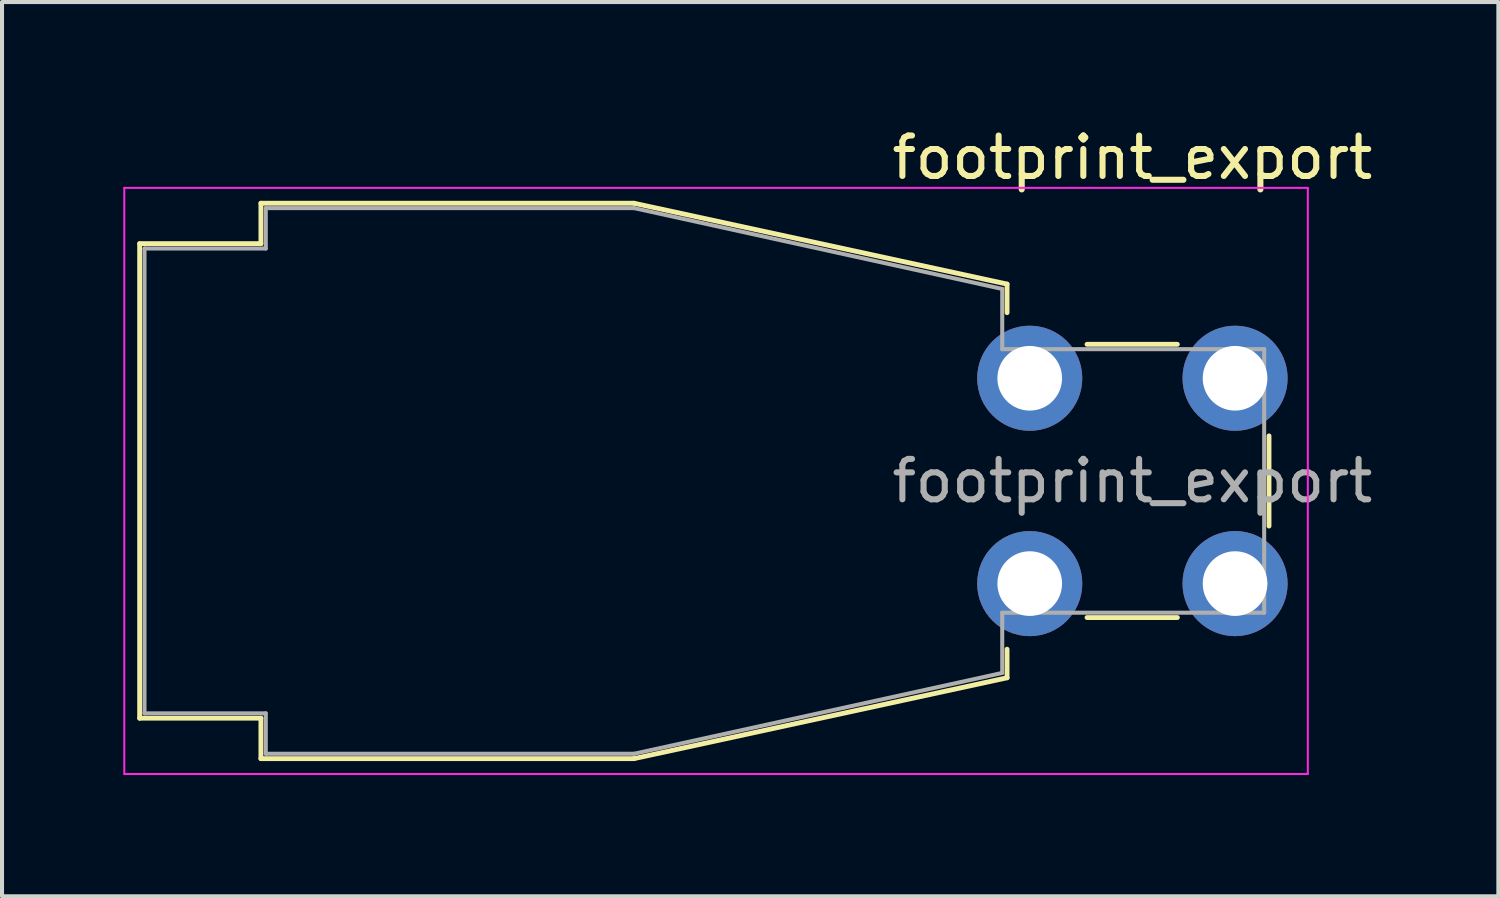
<source format=kicad_pcb>
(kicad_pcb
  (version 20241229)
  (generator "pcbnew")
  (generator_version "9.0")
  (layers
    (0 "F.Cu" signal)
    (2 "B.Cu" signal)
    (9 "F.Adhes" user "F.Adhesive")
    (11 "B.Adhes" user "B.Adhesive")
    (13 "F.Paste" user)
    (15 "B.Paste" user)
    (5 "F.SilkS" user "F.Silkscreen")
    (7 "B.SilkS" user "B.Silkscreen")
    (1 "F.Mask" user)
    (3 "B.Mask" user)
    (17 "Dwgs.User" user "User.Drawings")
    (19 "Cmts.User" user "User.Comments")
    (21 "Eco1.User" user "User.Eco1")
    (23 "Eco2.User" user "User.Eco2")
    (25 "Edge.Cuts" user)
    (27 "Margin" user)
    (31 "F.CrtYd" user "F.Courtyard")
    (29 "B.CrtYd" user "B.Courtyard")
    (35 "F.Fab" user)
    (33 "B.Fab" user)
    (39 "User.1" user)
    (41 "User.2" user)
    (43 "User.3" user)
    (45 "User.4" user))
  (footprint "footprint_export"
    (layer "F.Cu")
    (at 22.425 6.308)
    (property "Reference" "footprint_export" (at 2.54 -5.46 0) (layer "F.SilkS") (effects (font (size 1 1) (thickness 0.15))))
    (attr through_hole)
    (fp_line (start -22.02 -3.33) (end -19.02 -3.33) (stroke (width 0.12) (type solid)) (layer "F.SilkS"))
    (fp_line (start -22.02 8.41) (end -22.02 -3.33) (stroke (width 0.12) (type solid)) (layer "F.SilkS"))
    (fp_line (start -19.02 -4.33) (end -9.79 -4.33) (stroke (width 0.12) (type solid)) (layer "F.SilkS"))
    (fp_line (start -19.02 -3.33) (end -19.02 -4.33) (stroke (width 0.12) (type solid)) (layer "F.SilkS"))
    (fp_line (start -19.02 8.41) (end -22.02 8.41) (stroke (width 0.12) (type solid)) (layer "F.SilkS"))
    (fp_line (start -19.02 9.41) (end -19.02 8.41) (stroke (width 0.12) (type solid)) (layer "F.SilkS"))
    (fp_line (start -9.79 -4.33) (end -0.561 -2.33) (stroke (width 0.12) (type solid)) (layer "F.SilkS"))
    (fp_line (start -9.79 9.41) (end -19.02 9.41) (stroke (width 0.12) (type solid)) (layer "F.SilkS"))
    (fp_line (start -0.561 -2.33) (end -0.561 -1.623) (stroke (width 0.12) (type solid)) (layer "F.SilkS"))
    (fp_line (start -0.561 6.703) (end -0.561 7.41) (stroke (width 0.12) (type solid)) (layer "F.SilkS"))
    (fp_line (start -0.561 7.41) (end -9.79 9.41) (stroke (width 0.12) (type solid)) (layer "F.SilkS"))
    (fp_line (start 1.417 -0.84) (end 3.652 -0.84) (stroke (width 0.12) (type solid)) (layer "F.SilkS"))
    (fp_line (start 3.653 5.92) (end 1.417 5.92) (stroke (width 0.12) (type solid)) (layer "F.SilkS"))
    (fp_line (start 5.92 1.425) (end 5.92 3.656) (stroke (width 0.12) (type solid)) (layer "F.SilkS"))
    (fp_line (start -22.4 -4.71) (end -22.4 9.79) (stroke (width 0.05) (type solid)) (layer "F.CrtYd"))
    (fp_line (start -22.4 9.79) (end 6.88 9.79) (stroke (width 0.05) (type solid)) (layer "F.CrtYd"))
    (fp_line (start 6.88 -4.71) (end -22.4 -4.71) (stroke (width 0.05) (type solid)) (layer "F.CrtYd"))
    (fp_line (start 6.88 9.79) (end 6.88 -4.71) (stroke (width 0.05) (type solid)) (layer "F.CrtYd"))
    (fp_line (start -21.9 -3.21) (end -18.9 -3.21) (stroke (width 0.1) (type solid)) (layer "F.Fab"))
    (fp_line (start -21.9 8.29) (end -21.9 -3.21) (stroke (width 0.1) (type solid)) (layer "F.Fab"))
    (fp_line (start -18.9 -4.21) (end -9.79 -4.21) (stroke (width 0.1) (type solid)) (layer "F.Fab"))
    (fp_line (start -18.9 -3.21) (end -18.9 -4.21) (stroke (width 0.1) (type solid)) (layer "F.Fab"))
    (fp_line (start -18.9 8.29) (end -21.9 8.29) (stroke (width 0.1) (type solid)) (layer "F.Fab"))
    (fp_line (start -18.9 9.29) (end -18.9 8.29) (stroke (width 0.1) (type solid)) (layer "F.Fab"))
    (fp_line (start -9.79 -4.21) (end -0.68 -2.21) (stroke (width 0.1) (type solid)) (layer "F.Fab"))
    (fp_line (start -9.79 9.29) (end -18.9 9.29) (stroke (width 0.1) (type solid)) (layer "F.Fab"))
    (fp_line (start -0.68 -2.21) (end -0.68 -0.72) (stroke (width 0.1) (type solid)) (layer "F.Fab"))
    (fp_line (start -0.68 -0.72) (end 5.8 -0.72) (stroke (width 0.1) (type solid)) (layer "F.Fab"))
    (fp_line (start -0.68 5.8) (end -0.68 7.29) (stroke (width 0.1) (type solid)) (layer "F.Fab"))
    (fp_line (start -0.68 7.29) (end -9.79 9.29) (stroke (width 0.1) (type solid)) (layer "F.Fab"))
    (fp_line (start 5.8 -0.72) (end 5.8 5.8) (stroke (width 0.1) (type solid)) (layer "F.Fab"))
    (fp_line (start 5.8 5.8) (end -0.68 5.8) (stroke (width 0.1) (type solid)) (layer "F.Fab"))
    (fp_text user "${REFERENCE}" (at 2.54 2.54 0) (layer "F.Fab") (effects (font (size 1 1) (thickness 0.15))))
    (pad "1" thru_hole circle (at 0 0) (size 2.6 2.6) (drill 1.6) (layers "*.Cu" "*.Mask"))
    (pad "1" thru_hole circle (at 0 5.08) (size 2.6 2.6) (drill 1.6) (layers "*.Cu" "*.Mask"))
    (pad "1" thru_hole circle (at 5.08 0) (size 2.6 2.6) (drill 1.6) (layers "*.Cu" "*.Mask"))
    (pad "1" thru_hole circle (at 5.08 5.08) (size 2.6 2.6) (drill 1.6) (layers "*.Cu" "*.Mask")))
  (gr_rect
    (start -3 -3)
    (end 34.019 19.123)
    (stroke (width 0.1) (type default))
    (fill no)
    (layer "Edge.Cuts")))
</source>
